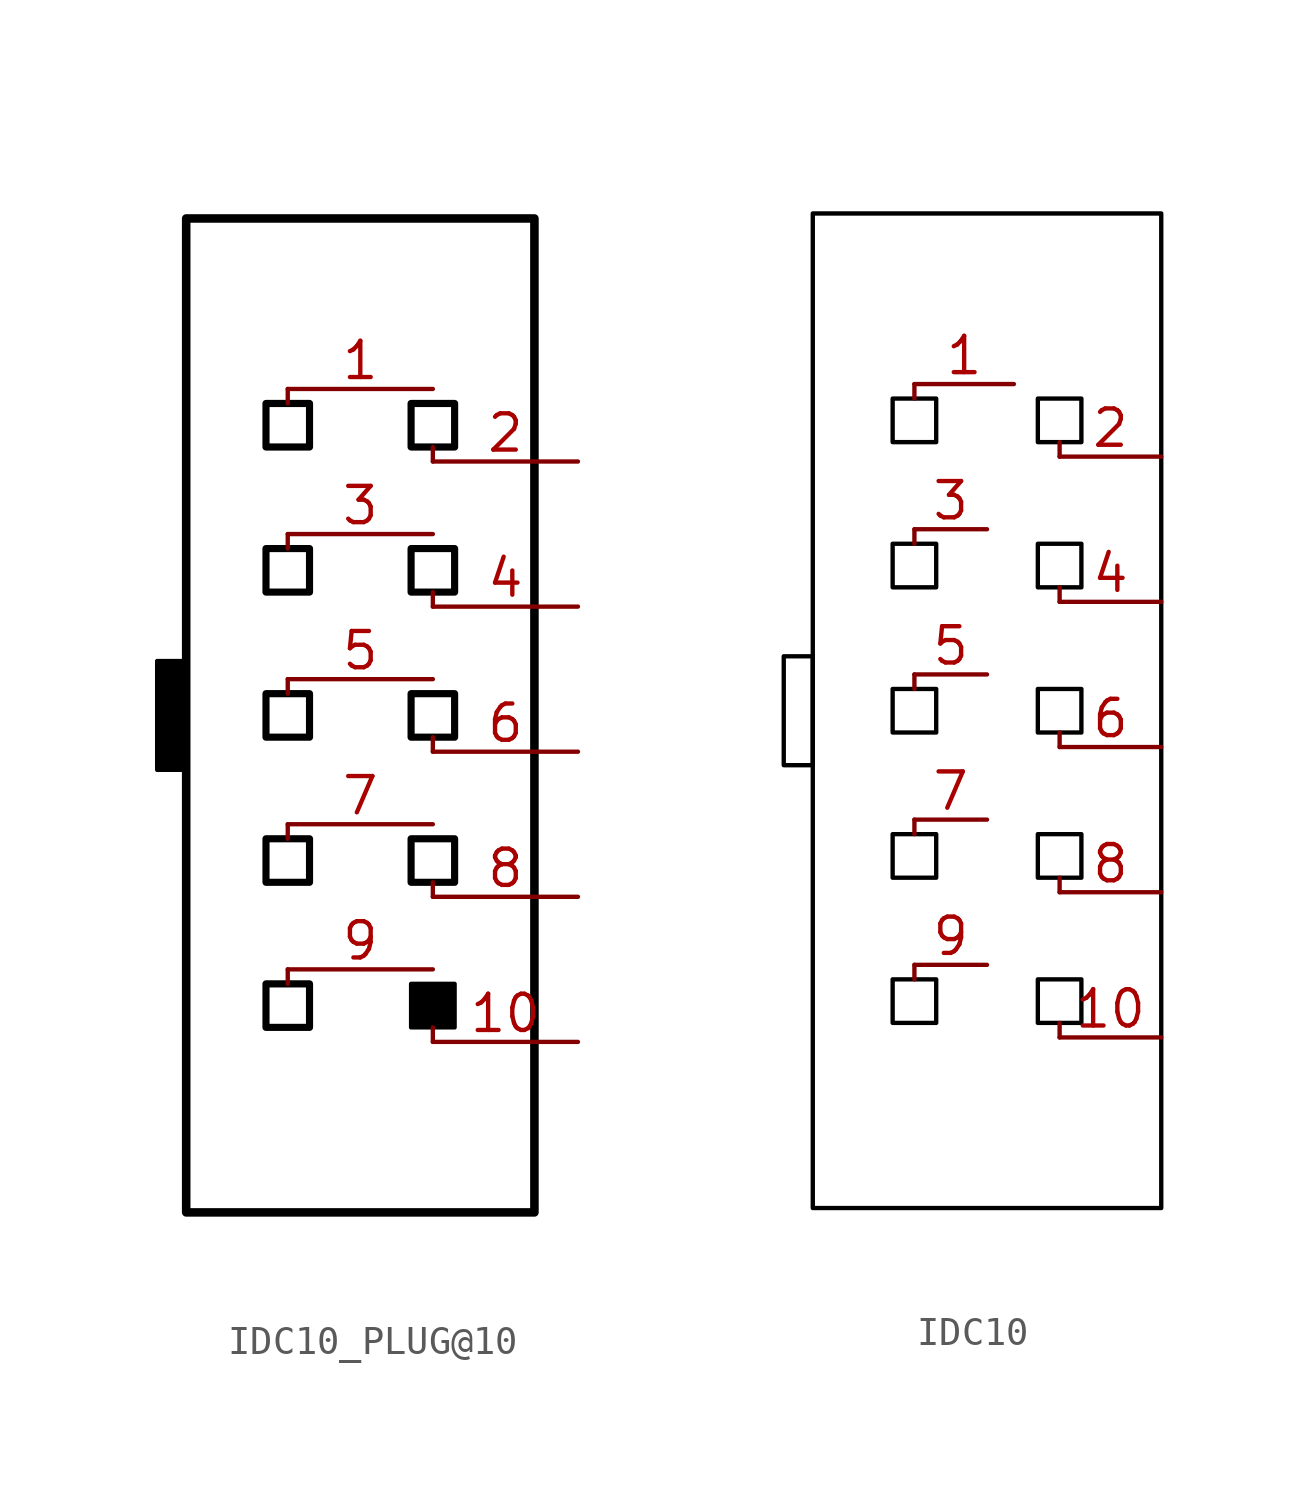
<source format=kicad_sym>
(kicad_symbol_lib
  (version 20241209)
  (generator "kicad_symbol_editor")
  (generator_version "9.0")
  (symbol "IDC10_PLUG@10"
    (pin_names
      (offset 0)
      (hide yes))
    (property "Reference" "P"
      (at -0.762 19.304 0)
      (effects (font (size 1.27 1.27)) (hide yes)))
    (property "Value" ""
      (at 0 0 0)
      (effects (font (size 1.27 1.27))))
    (symbol "IDC10_PLUG@10_1_1"
      (rectangle (start -7.112 1.905) (end -6.096 -1.905) (stroke (width 0) (type solid) (color 0 0 0 1)) (fill (type outline)))
      (rectangle (start -6.096 17.399) (end 6.096 -17.399) (stroke (width 0.3) (type solid) (color 0 0 0 1)) (fill (type none)))
      (rectangle (start -3.302 10.922) (end -1.778 9.398) (stroke (width 0.25) (type solid) (color 0 0 0 1)) (fill (type none)))
      (rectangle (start -3.302 5.842) (end -1.778 4.318) (stroke (width 0.25) (type solid) (color 0 0 0 1)) (fill (type none)))
      (rectangle (start -3.302 0.762) (end -1.778 -0.762) (stroke (width 0.25) (type solid) (color 0 0 0 1)) (fill (type none)))
      (rectangle (start -3.302 -4.318) (end -1.778 -5.842) (stroke (width 0.25) (type solid) (color 0 0 0 1)) (fill (type none)))
      (rectangle (start -3.302 -9.398) (end -1.778 -10.922) (stroke (width 0.25) (type solid) (color 0 0 0 1)) (fill (type none)))
      (polyline (pts (xy -2.54 11.43) (xy -2.54 10.922)) (stroke (width 0) (type default)) (fill (type none)))
      (polyline (pts (xy -2.54 6.35) (xy -2.54 5.842)) (stroke (width 0) (type default)) (fill (type none)))
      (polyline (pts (xy -2.54 1.27) (xy -2.54 0.762)) (stroke (width 0) (type default)) (fill (type none)))
      (polyline (pts (xy -2.54 -3.81) (xy -2.54 -4.318)) (stroke (width 0) (type default)) (fill (type none)))
      (polyline (pts (xy -2.54 -8.89) (xy -2.54 -9.398)) (stroke (width 0) (type default)) (fill (type none)))
      (rectangle (start 1.778 10.922) (end 3.302 9.398) (stroke (width 0.25) (type solid) (color 0 0 0 1)) (fill (type none)))
      (rectangle (start 1.778 5.842) (end 3.302 4.318) (stroke (width 0.25) (type solid) (color 0 0 0 1)) (fill (type none)))
      (rectangle (start 1.778 0.762) (end 3.302 -0.762) (stroke (width 0.25) (type solid) (color 0 0 0 1)) (fill (type none)))
      (rectangle (start 1.778 -4.318) (end 3.302 -5.842) (stroke (width 0.25) (type solid) (color 0 0 0 1)) (fill (type none)))
      (rectangle (start 1.778 -9.398) (end 3.302 -10.922) (stroke (width 0) (type solid) (color 0 0 0 1)) (fill (type outline)))
      (polyline (pts (xy 2.54 8.89) (xy 2.54 9.398)) (stroke (width 0) (type default)) (fill (type none)))
      (polyline (pts (xy 2.54 3.81) (xy 2.54 4.318)) (stroke (width 0) (type default)) (fill (type none)))
      (polyline (pts (xy 2.54 -1.27) (xy 2.54 -0.762)) (stroke (width 0) (type default)) (fill (type none)))
      (polyline (pts (xy 2.54 -6.35) (xy 2.54 -5.842)) (stroke (width 0) (type default)) (fill (type none)))
      (polyline (pts (xy 2.54 -11.43) (xy 2.54 -10.922)) (stroke (width 0) (type default)) (fill (type none)))
      (pin unspecified line (at 2.54 11.43 180) (length 5.08) (name "" (effects (font (size 1.27 1.27)))) (number "1" (effects (font (size 1.27 1.27)))))
      (pin unspecified line (at 2.54 6.35 180) (length 5.08) (name "" (effects (font (size 1.27 1.27)))) (number "3" (effects (font (size 1.27 1.27)))))
      (pin unspecified line (at 2.54 1.27 180) (length 5.08) (name "" (effects (font (size 1.27 1.27)))) (number "5" (effects (font (size 1.27 1.27)))))
      (pin unspecified line (at 2.54 -3.81 180) (length 5.08) (name "" (effects (font (size 1.27 1.27)))) (number "7" (effects (font (size 1.27 1.27)))))
      (pin unspecified line (at 2.54 -8.89 180) (length 5.08) (name "" (effects (font (size 1.27 1.27)))) (number "9" (effects (font (size 1.27 1.27)))))
      (pin unspecified line (at 7.62 8.89 180) (length 5.08) (name "" (effects (font (size 1.27 1.27)))) (number "2" (effects (font (size 1.27 1.27)))))
      (pin unspecified line (at 7.62 3.81 180) (length 5.08) (name "" (effects (font (size 1.27 1.27)))) (number "4" (effects (font (size 1.27 1.27)))))
      (pin unspecified line (at 7.62 -1.27 180) (length 5.08) (name "" (effects (font (size 1.27 1.27)))) (number "6" (effects (font (size 1.27 1.27)))))
      (pin unspecified line (at 7.62 -6.35 180) (length 5.08) (name "" (effects (font (size 1.27 1.27)))) (number "8" (effects (font (size 1.27 1.27)))))
      (pin unspecified line (at 7.62 -11.43 180) (length 5.08) (name "" (effects (font (size 1.27 1.27)))) (number "10" (effects (font (size 1.27 1.27)))))))
  (symbol "IDC10"
    (pin_names
      (offset 0)
      (hide yes))
    (property "Reference" "P"
      (at -0.762 19.304 0)
      (effects (font (size 1.27 1.27)) (hide yes)))
    (property "Value" ""
      (at 0 0 0)
      (effects (font (size 1.27 1.27))))
    (symbol "IDC10_1_1"
      (rectangle (start -7.112 1.905) (end -6.096 -1.905) (stroke (width 0) (type solid) (color 0 0 0 1)) (fill (type none)))
      (rectangle (start -6.096 17.399) (end 6.096 -17.399) (stroke (width 0) (type solid) (color 0 0 0 1)) (fill (type none)))
      (rectangle (start -3.302 10.922) (end -1.778 9.398) (stroke (width 0) (type solid) (color 0 0 0 1)) (fill (type none)))
      (rectangle (start -3.302 5.842) (end -1.778 4.318) (stroke (width 0) (type solid) (color 0 0 0 1)) (fill (type none)))
      (rectangle (start -3.302 0.762) (end -1.778 -0.762) (stroke (width 0) (type solid) (color 0 0 0 1)) (fill (type none)))
      (rectangle (start -3.302 -4.318) (end -1.778 -5.842) (stroke (width 0) (type solid) (color 0 0 0 1)) (fill (type none)))
      (rectangle (start -3.302 -9.398) (end -1.778 -10.922) (stroke (width 0) (type solid) (color 0 0 0 1)) (fill (type none)))
      (polyline (pts (xy -2.54 11.43) (xy -2.54 10.922)) (stroke (width 0) (type default)) (fill (type none)))
      (polyline (pts (xy -2.54 6.35) (xy -2.54 5.842)) (stroke (width 0) (type default)) (fill (type none)))
      (polyline (pts (xy -2.54 1.27) (xy -2.54 0.762)) (stroke (width 0) (type default)) (fill (type none)))
      (polyline (pts (xy -2.54 -3.81) (xy -2.54 -4.318)) (stroke (width 0) (type default)) (fill (type none)))
      (polyline (pts (xy -2.54 -8.89) (xy -2.54 -9.398)) (stroke (width 0) (type default)) (fill (type none)))
      (rectangle (start 1.778 10.922) (end 3.302 9.398) (stroke (width 0) (type solid) (color 0 0 0 1)) (fill (type none)))
      (rectangle (start 1.778 5.842) (end 3.302 4.318) (stroke (width 0) (type solid) (color 0 0 0 1)) (fill (type none)))
      (rectangle (start 1.778 0.762) (end 3.302 -0.762) (stroke (width 0) (type solid) (color 0 0 0 1)) (fill (type none)))
      (rectangle (start 1.778 -4.318) (end 3.302 -5.842) (stroke (width 0) (type solid) (color 0 0 0 1)) (fill (type none)))
      (rectangle (start 1.778 -9.398) (end 3.302 -10.922) (stroke (width 0) (type solid) (color 0 0 0 1)) (fill (type none)))
      (polyline (pts (xy 2.54 8.89) (xy 2.54 9.398)) (stroke (width 0) (type default)) (fill (type none)))
      (polyline (pts (xy 2.54 3.81) (xy 2.54 4.318)) (stroke (width 0) (type default)) (fill (type none)))
      (polyline (pts (xy 2.54 -1.27) (xy 2.54 -0.762)) (stroke (width 0) (type default)) (fill (type none)))
      (polyline (pts (xy 2.54 -6.35) (xy 2.54 -5.842)) (stroke (width 0) (type default)) (fill (type none)))
      (polyline (pts (xy 2.54 -11.43) (xy 2.54 -10.922)) (stroke (width 0) (type default)) (fill (type none)))
      (pin free line (at 0 6.35 180) (length 2.54) (name "" (effects (font (size 1.27 1.27)))) (number "3" (effects (font (size 1.27 1.27)))))
      (pin free line (at 0 1.27 180) (length 2.54) (name "" (effects (font (size 1.27 1.27)))) (number "5" (effects (font (size 1.27 1.27)))))
      (pin free line (at 0 -3.81 180) (length 2.54) (name "" (effects (font (size 1.27 1.27)))) (number "7" (effects (font (size 1.27 1.27)))))
      (pin free line (at 0 -8.89 180) (length 2.54) (name "" (effects (font (size 1.27 1.27)))) (number "9" (effects (font (size 1.27 1.27)))))
      (pin free line (at 0.94 11.43 180) (length 3.48) (name "" (effects (font (size 1.27 1.27)))) (number "1" (effects (font (size 1.27 1.27)))))
      (pin free line (at 6.096 8.89 180) (length 3.556) (name "" (effects (font (size 1.27 1.27)))) (number "2" (effects (font (size 1.27 1.27)))))
      (pin free line (at 6.096 3.81 180) (length 3.556) (name "" (effects (font (size 1.27 1.27)))) (number "4" (effects (font (size 1.27 1.27)))))
      (pin free line (at 6.096 -1.27 180) (length 3.556) (name "" (effects (font (size 1.27 1.27)))) (number "6" (effects (font (size 1.27 1.27)))))
      (pin free line (at 6.096 -6.35 180) (length 3.556) (name "" (effects (font (size 1.27 1.27)))) (number "8" (effects (font (size 1.27 1.27)))))
      (pin free line (at 6.096 -11.43 180) (length 3.556) (name "" (effects (font (size 1.27 1.27)))) (number "10" (effects (font (size 1.27 1.27))))))))
</source>
